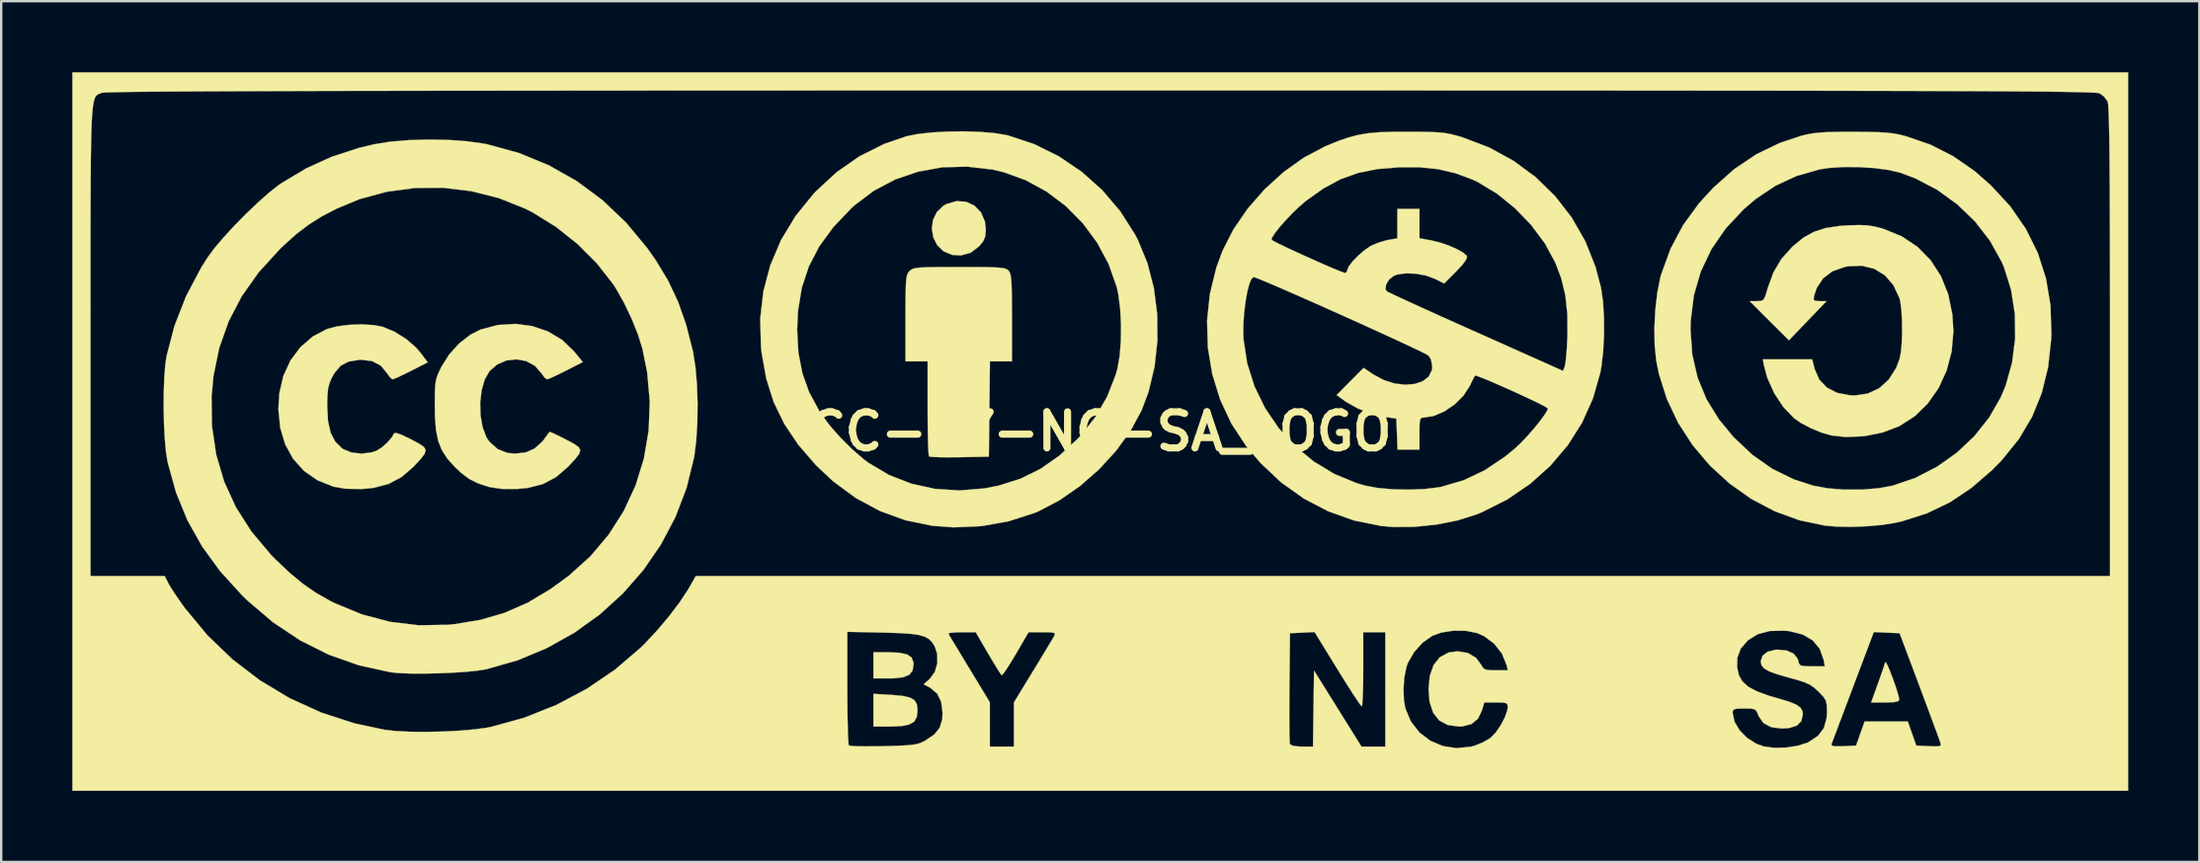
<source format=kicad_pcb>
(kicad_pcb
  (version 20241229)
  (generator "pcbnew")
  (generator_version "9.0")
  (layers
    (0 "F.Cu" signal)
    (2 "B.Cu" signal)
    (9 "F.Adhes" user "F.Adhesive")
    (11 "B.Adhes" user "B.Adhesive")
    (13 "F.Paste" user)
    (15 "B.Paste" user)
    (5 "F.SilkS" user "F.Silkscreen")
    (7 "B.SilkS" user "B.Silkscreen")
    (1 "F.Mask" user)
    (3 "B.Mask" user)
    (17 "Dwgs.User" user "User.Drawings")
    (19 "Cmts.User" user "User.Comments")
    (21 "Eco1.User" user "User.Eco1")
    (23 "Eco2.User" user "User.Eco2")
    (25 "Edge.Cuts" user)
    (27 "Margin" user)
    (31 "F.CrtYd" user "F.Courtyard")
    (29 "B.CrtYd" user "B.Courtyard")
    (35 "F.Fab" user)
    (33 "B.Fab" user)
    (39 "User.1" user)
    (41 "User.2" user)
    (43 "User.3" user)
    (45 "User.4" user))
  (footprint "CC-BY-NC-SA_LOGO"
    (layer "F.Cu")
    (at 43.354 15.16)
    (property "Reference" "CC-BY-NC-SA_LOGO" (at 0 0 0) (layer "F.SilkS") (effects (font (size 1.524 1.524) (thickness 0.3))))
    (attr through_hole board_only exclude_from_pos_files exclude_from_bom)
    (fp_poly (pts (xy -8.452 9.335) (xy -8.141 9.407) (xy -7.956 9.538) (xy -7.879 9.738) (xy -7.874 9.826) (xy -7.916 10.085) (xy -8.053 10.262) (xy -8.307 10.366) (xy -8.697 10.411) (xy -8.89 10.414) (xy -9.567 10.414) (xy -9.567 9.313) (xy -8.909 9.313) (xy -8.452 9.335)) (stroke (width 0.01) (type solid)) (fill yes) (layer "F.SilkS"))
    (fp_poly (pts (xy -8.802 11.111) (xy -8.342 11.153) (xy -8.026 11.225) (xy -7.831 11.341) (xy -7.732 11.516) (xy -7.706 11.761) (xy -7.738 12.04) (xy -7.845 12.235) (xy -8.05 12.359) (xy -8.375 12.425) (xy -8.843 12.446) (xy -8.884 12.446) (xy -9.567 12.446) (xy -9.567 11.068) (xy -8.802 11.111)) (stroke (width 0.01) (type solid)) (fill yes) (layer "F.SilkS"))
    (fp_poly (pts (xy 33.136 9.738) (xy 33.203 9.865) (xy 33.297 10.083) (xy 33.403 10.357) (xy 33.51 10.652) (xy 33.603 10.933) (xy 33.67 11.164) (xy 33.697 11.312) (xy 33.697 11.318) (xy 33.646 11.381) (xy 33.476 11.417) (xy 33.164 11.43) (xy 33.106 11.43) (xy 32.514 11.43) (xy 32.81 10.604) (xy 32.932 10.258) (xy 33.031 9.974) (xy 33.092 9.789) (xy 33.107 9.737) (xy 33.136 9.738)) (stroke (width 0.01) (type solid)) (fill yes) (layer "F.SilkS"))
    (fp_poly (pts (xy -5.654 -9.695) (xy -5.304 -9.53) (xy -5.032 -9.248) (xy -4.866 -8.866) (xy -4.826 -8.529) (xy -4.849 -8.241) (xy -4.941 -8.024) (xy -5.101 -7.826) (xy -5.459 -7.55) (xy -5.874 -7.432) (xy -6.248 -7.456) (xy -6.611 -7.608) (xy -6.877 -7.866) (xy -7.042 -8.196) (xy -7.102 -8.561) (xy -7.053 -8.929) (xy -6.891 -9.263) (xy -6.613 -9.529) (xy -6.484 -9.601) (xy -6.056 -9.724) (xy -5.654 -9.695)) (stroke (width 0.01) (type solid)) (fill yes) (layer "F.SilkS"))
    (fp_poly (pts (xy -5.314 -6.942) (xy -4.836 -6.938) (xy -4.483 -6.929) (xy -4.234 -6.914) (xy -4.067 -6.891) (xy -3.961 -6.858) (xy -3.892 -6.814) (xy -3.865 -6.788) (xy -3.819 -6.717) (xy -3.783 -6.607) (xy -3.758 -6.435) (xy -3.741 -6.179) (xy -3.731 -5.817) (xy -3.726 -5.327) (xy -3.725 -4.798) (xy -3.725 -2.963) (xy -4.654 -2.963) (xy -4.699 1.058) (xy -5.932 1.082) (xy -6.372 1.086) (xy -6.752 1.083) (xy -7.038 1.072) (xy -7.2 1.055) (xy -7.223 1.046) (xy -7.239 0.949) (xy -7.254 0.706) (xy -7.266 0.342) (xy -7.275 -0.117) (xy -7.28 -0.648) (xy -7.281 -0.988) (xy -7.281 -2.963) (xy -8.213 -2.963) (xy -8.213 -4.784) (xy -8.212 -5.387) (xy -8.208 -5.843) (xy -8.199 -6.177) (xy -8.183 -6.41) (xy -8.158 -6.567) (xy -8.122 -6.67) (xy -8.073 -6.742) (xy -8.043 -6.773) (xy -7.98 -6.828) (xy -7.898 -6.869) (xy -7.774 -6.899) (xy -7.588 -6.92) (xy -7.316 -6.933) (xy -6.936 -6.94) (xy -6.427 -6.942) (xy -5.94 -6.943) (xy -5.314 -6.942)) (stroke (width 0.01) (type solid)) (fill yes) (layer "F.SilkS"))
    (fp_poly (pts (xy -30.632 -4.492) (xy -30.268 -4.422) (xy -29.767 -4.214) (xy -29.271 -3.904) (xy -28.848 -3.535) (xy -28.685 -3.345) (xy -28.366 -2.922) (xy -29.063 -2.566) (xy -29.378 -2.409) (xy -29.639 -2.287) (xy -29.808 -2.216) (xy -29.845 -2.206) (xy -29.94 -2.27) (xy -30.059 -2.431) (xy -30.073 -2.454) (xy -30.345 -2.783) (xy -30.71 -2.975) (xy -31.174 -3.03) (xy -31.264 -3.026) (xy -31.706 -2.952) (xy -32.036 -2.778) (xy -32.295 -2.476) (xy -32.41 -2.271) (xy -32.505 -2.053) (xy -32.564 -1.827) (xy -32.594 -1.544) (xy -32.604 -1.153) (xy -32.604 -1.058) (xy -32.57 -0.439) (xy -32.461 0.046) (xy -32.27 0.418) (xy -31.989 0.698) (xy -31.928 0.741) (xy -31.58 0.885) (xy -31.157 0.932) (xy -30.728 0.879) (xy -30.537 0.816) (xy -30.303 0.672) (xy -30.059 0.456) (xy -29.864 0.222) (xy -29.785 0.075) (xy -29.695 0.059) (xy -29.47 0.136) (xy -29.115 0.305) (xy -29.059 0.334) (xy -28.729 0.51) (xy -28.526 0.648) (xy -28.449 0.78) (xy -28.494 0.938) (xy -28.66 1.154) (xy -28.943 1.46) (xy -28.971 1.49) (xy -29.468 1.92) (xy -30.024 2.213) (xy -30.666 2.379) (xy -31.151 2.424) (xy -31.828 2.413) (xy -32.341 2.325) (xy -33.016 2.055) (xy -33.584 1.659) (xy -34.041 1.15) (xy -34.377 0.539) (xy -34.586 -0.161) (xy -34.663 -0.939) (xy -34.622 -1.616) (xy -34.455 -2.342) (xy -34.155 -2.997) (xy -33.735 -3.56) (xy -33.212 -4.012) (xy -32.621 -4.324) (xy -32.204 -4.436) (xy -31.689 -4.503) (xy -31.143 -4.523) (xy -30.632 -4.492)) (stroke (width 0.01) (type solid)) (fill yes) (layer "F.SilkS"))
    (fp_poly (pts (xy -23.96 -4.452) (xy -23.293 -4.225) (xy -22.697 -3.868) (xy -22.198 -3.389) (xy -22.194 -3.385) (xy -21.824 -2.933) (xy -22.533 -2.571) (xy -22.851 -2.413) (xy -23.115 -2.289) (xy -23.288 -2.217) (xy -23.329 -2.206) (xy -23.426 -2.269) (xy -23.55 -2.43) (xy -23.57 -2.462) (xy -23.846 -2.777) (xy -24.207 -2.973) (xy -24.617 -3.049) (xy -25.038 -3.003) (xy -25.435 -2.833) (xy -25.756 -2.554) (xy -25.961 -2.2) (xy -26.093 -1.739) (xy -26.152 -1.219) (xy -26.138 -0.686) (xy -26.051 -0.185) (xy -25.892 0.236) (xy -25.763 0.429) (xy -25.412 0.742) (xy -25.002 0.902) (xy -24.682 0.931) (xy -24.235 0.881) (xy -23.859 0.716) (xy -23.524 0.418) (xy -23.23 0.014) (xy -23.152 0.037) (xy -22.959 0.124) (xy -22.686 0.259) (xy -22.529 0.34) (xy -22.204 0.513) (xy -22.004 0.65) (xy -21.929 0.782) (xy -21.976 0.94) (xy -22.142 1.156) (xy -22.426 1.463) (xy -22.452 1.49) (xy -22.949 1.92) (xy -23.504 2.213) (xy -24.146 2.379) (xy -24.632 2.424) (xy -25.25 2.418) (xy -25.75 2.344) (xy -25.804 2.329) (xy -26.26 2.178) (xy -26.624 1.993) (xy -26.965 1.735) (xy -27.223 1.49) (xy -27.539 1.138) (xy -27.768 0.785) (xy -27.924 0.393) (xy -28.017 -0.073) (xy -28.06 -0.648) (xy -28.066 -1.06) (xy -28.065 -1.515) (xy -28.055 -1.843) (xy -28.031 -2.085) (xy -27.984 -2.282) (xy -27.908 -2.477) (xy -27.797 -2.711) (xy -27.79 -2.726) (xy -27.46 -3.253) (xy -27.035 -3.722) (xy -26.553 -4.095) (xy -26.139 -4.303) (xy -25.409 -4.497) (xy -24.674 -4.545) (xy -23.96 -4.452)) (stroke (width 0.01) (type solid)) (fill yes) (layer "F.SilkS"))
    (fp_poly (pts (xy 32.352 -8.7) (xy 32.657 -8.653) (xy 32.985 -8.568) (xy 33.031 -8.554) (xy 33.802 -8.237) (xy 34.468 -7.793) (xy 35.021 -7.231) (xy 35.455 -6.561) (xy 35.763 -5.792) (xy 35.939 -4.935) (xy 35.981 -4.233) (xy 35.908 -3.382) (xy 35.696 -2.576) (xy 35.358 -1.838) (xy 34.905 -1.187) (xy 34.348 -0.644) (xy 33.7 -0.23) (xy 33.679 -0.22) (xy 32.981 0.043) (xy 32.215 0.196) (xy 31.443 0.231) (xy 30.834 0.163) (xy 30.419 0.045) (xy 29.965 -0.143) (xy 29.545 -0.366) (xy 29.266 -0.56) (xy 28.811 -1.034) (xy 28.424 -1.621) (xy 28.134 -2.267) (xy 27.997 -2.773) (xy 27.944 -3.048) (xy 30.025 -3.048) (xy 30.13 -2.636) (xy 30.324 -2.193) (xy 30.643 -1.857) (xy 31.08 -1.633) (xy 31.622 -1.53) (xy 31.814 -1.524) (xy 32.368 -1.602) (xy 32.854 -1.83) (xy 33.259 -2.197) (xy 33.571 -2.694) (xy 33.716 -3.077) (xy 33.771 -3.364) (xy 33.805 -3.764) (xy 33.819 -4.227) (xy 33.813 -4.701) (xy 33.788 -5.138) (xy 33.743 -5.486) (xy 33.708 -5.63) (xy 33.449 -6.18) (xy 33.09 -6.595) (xy 32.643 -6.87) (xy 32.118 -6.998) (xy 31.527 -6.973) (xy 31.405 -6.949) (xy 30.884 -6.767) (xy 30.489 -6.47) (xy 30.217 -6.058) (xy 30.109 -5.736) (xy 30.086 -5.579) (xy 30.147 -5.515) (xy 30.335 -5.503) (xy 30.342 -5.503) (xy 30.63 -5.503) (xy 29.838 -4.678) (xy 29.046 -3.852) (xy 28.218 -4.678) (xy 27.391 -5.503) (xy 27.694 -5.503) (xy 27.859 -5.51) (xy 27.962 -5.557) (xy 28.036 -5.679) (xy 28.111 -5.914) (xy 28.144 -6.032) (xy 28.39 -6.713) (xy 28.73 -7.287) (xy 29.194 -7.803) (xy 29.224 -7.831) (xy 29.654 -8.181) (xy 30.096 -8.428) (xy 30.591 -8.588) (xy 31.184 -8.677) (xy 31.556 -8.701) (xy 32.006 -8.714) (xy 32.352 -8.7)) (stroke (width 0.01) (type solid)) (fill yes) (layer "F.SilkS"))
    (fp_poly (pts (xy -5.072 -12.645) (xy -4.462 -12.594) (xy -3.964 -12.513) (xy -3.895 -12.496) (xy -2.786 -12.129) (xy -1.742 -11.612) (xy -0.778 -10.958) (xy 0.09 -10.181) (xy 0.846 -9.291) (xy 1.474 -8.303) (xy 1.587 -8.086) (xy 1.988 -7.11) (xy 2.26 -6.056) (xy 2.401 -4.955) (xy 2.411 -3.837) (xy 2.289 -2.733) (xy 2.035 -1.674) (xy 1.743 -0.896) (xy 1.278 -0.032) (xy 0.671 0.806) (xy -0.049 1.592) (xy -0.854 2.298) (xy -1.717 2.898) (xy -2.608 3.365) (xy -2.769 3.432) (xy -3.866 3.786) (xy -5.017 3.991) (xy -6.189 4.042) (xy -7.091 3.974) (xy -8.215 3.743) (xy -9.289 3.353) (xy -10.307 2.806) (xy -11.26 2.106) (xy -11.984 1.426) (xy -12.734 0.559) (xy -13.326 -0.324) (xy -13.774 -1.247) (xy -14.088 -2.237) (xy -14.281 -3.32) (xy -14.309 -3.578) (xy -14.328 -4.294) (xy -12.785 -4.294) (xy -12.732 -3.334) (xy -12.567 -2.47) (xy -12.279 -1.664) (xy -11.854 -0.877) (xy -11.73 -0.684) (xy -11.386 -0.227) (xy -10.947 0.266) (xy -10.466 0.745) (xy -9.991 1.157) (xy -9.781 1.315) (xy -8.913 1.83) (xy -7.971 2.199) (xy -6.973 2.418) (xy -5.937 2.486) (xy -4.88 2.398) (xy -4.279 2.279) (xy -3.367 1.99) (xy -2.527 1.578) (xy -1.736 1.026) (xy -0.97 0.322) (xy -0.816 0.16) (xy -0.209 -0.607) (xy 0.287 -1.466) (xy 0.646 -2.374) (xy 0.728 -2.667) (xy 0.82 -3.196) (xy 0.869 -3.83) (xy 0.876 -4.512) (xy 0.84 -5.185) (xy 0.762 -5.79) (xy 0.693 -6.108) (xy 0.351 -7.074) (xy -0.132 -7.974) (xy -0.739 -8.793) (xy -1.455 -9.516) (xy -2.263 -10.126) (xy -3.146 -10.609) (xy -4.089 -10.949) (xy -4.54 -11.054) (xy -5.615 -11.18) (xy -6.67 -11.15) (xy -7.688 -10.966) (xy -8.655 -10.635) (xy -9.553 -10.16) (xy -10.368 -9.545) (xy -10.493 -9.43) (xy -11.251 -8.635) (xy -11.847 -7.822) (xy -12.29 -6.972) (xy -12.588 -6.067) (xy -12.749 -5.09) (xy -12.785 -4.294) (xy -14.328 -4.294) (xy -14.341 -4.762) (xy -14.208 -5.915) (xy -13.913 -7.026) (xy -13.459 -8.09) (xy -12.849 -9.096) (xy -12.087 -10.037) (xy -12.002 -10.128) (xy -11.114 -10.948) (xy -10.149 -11.619) (xy -9.112 -12.138) (xy -8.17 -12.461) (xy -7.699 -12.555) (xy -7.107 -12.621) (xy -6.441 -12.658) (xy -5.748 -12.667) (xy -5.072 -12.645)) (stroke (width 0.01) (type solid)) (fill yes) (layer "F.SilkS"))
    (fp_poly (pts (xy 31.75 -12.647) (xy 32.343 -12.644) (xy 32.801 -12.633) (xy 33.159 -12.612) (xy 33.453 -12.578) (xy 33.716 -12.529) (xy 33.968 -12.465) (xy 35.009 -12.107) (xy 35.968 -11.622) (xy 36.871 -10.995) (xy 37.563 -10.389) (xy 38.379 -9.503) (xy 39.037 -8.554) (xy 39.539 -7.542) (xy 39.886 -6.464) (xy 40.077 -5.319) (xy 40.114 -4.103) (xy 40.105 -3.902) (xy 39.976 -2.719) (xy 39.709 -1.63) (xy 39.3 -0.624) (xy 38.743 0.315) (xy 38.032 1.197) (xy 37.622 1.615) (xy 36.74 2.378) (xy 35.831 2.985) (xy 34.872 3.447) (xy 33.84 3.778) (xy 33.517 3.853) (xy 32.979 3.939) (xy 32.342 3.995) (xy 31.676 4.02) (xy 31.047 4.01) (xy 30.572 3.969) (xy 29.481 3.74) (xy 28.435 3.357) (xy 27.448 2.836) (xy 26.535 2.189) (xy 25.709 1.431) (xy 24.985 0.575) (xy 24.375 -0.365) (xy 23.896 -1.376) (xy 23.559 -2.444) (xy 23.448 -2.998) (xy 23.384 -3.636) (xy 23.373 -4.3) (xy 24.893 -4.3) (xy 24.968 -3.253) (xy 25.191 -2.279) (xy 25.567 -1.366) (xy 26.102 -0.501) (xy 26.704 0.228) (xy 27.495 0.976) (xy 28.336 1.568) (xy 29.244 2.014) (xy 30.058 2.28) (xy 30.67 2.394) (xy 31.378 2.45) (xy 32.117 2.45) (xy 32.825 2.392) (xy 33.409 2.284) (xy 34.376 1.955) (xy 35.288 1.486) (xy 36.123 0.895) (xy 36.863 0.197) (xy 37.49 -0.591) (xy 37.982 -1.45) (xy 38.186 -1.937) (xy 38.459 -2.915) (xy 38.587 -3.936) (xy 38.573 -4.967) (xy 38.416 -5.975) (xy 38.118 -6.929) (xy 38.018 -7.163) (xy 37.525 -8.05) (xy 36.893 -8.865) (xy 36.144 -9.588) (xy 35.298 -10.201) (xy 34.378 -10.684) (xy 33.74 -10.923) (xy 33.251 -11.038) (xy 32.651 -11.118) (xy 31.995 -11.16) (xy 31.339 -11.163) (xy 30.738 -11.124) (xy 30.338 -11.063) (xy 29.364 -10.784) (xy 28.476 -10.372) (xy 27.645 -9.815) (xy 27.138 -9.381) (xy 26.378 -8.57) (xy 25.774 -7.692) (xy 25.326 -6.75) (xy 25.035 -5.746) (xy 24.902 -4.682) (xy 24.893 -4.3) (xy 23.373 -4.3) (xy 23.372 -4.363) (xy 23.409 -5.12) (xy 23.493 -5.848) (xy 23.618 -6.486) (xy 23.661 -6.64) (xy 24.054 -7.716) (xy 24.578 -8.703) (xy 25.246 -9.623) (xy 25.859 -10.294) (xy 26.74 -11.075) (xy 27.668 -11.7) (xy 28.662 -12.179) (xy 29.506 -12.462) (xy 29.776 -12.531) (xy 30.034 -12.58) (xy 30.316 -12.614) (xy 30.656 -12.635) (xy 31.091 -12.645) (xy 31.654 -12.647) (xy 31.75 -12.647)) (stroke (width 0.01) (type solid)) (fill yes) (layer "F.SilkS"))
    (fp_poly (pts (xy -27.486 -12.305) (xy -26.683 -12.247) (xy -25.979 -12.147) (xy -25.846 -12.12) (xy -24.509 -11.751) (xy -23.252 -11.233) (xy -22.078 -10.569) (xy -20.991 -9.762) (xy -19.996 -8.814) (xy -19.096 -7.728) (xy -18.746 -7.229) (xy -18.225 -6.364) (xy -17.802 -5.466) (xy -17.461 -4.492) (xy -17.184 -3.401) (xy -17.172 -3.344) (xy -17.074 -2.723) (xy -17.011 -1.989) (xy -16.984 -1.193) (xy -16.993 -0.389) (xy -17.039 0.371) (xy -17.122 1.036) (xy -17.133 1.097) (xy -17.45 2.384) (xy -17.92 3.611) (xy -18.531 4.769) (xy -19.272 5.846) (xy -20.135 6.832) (xy -21.108 7.716) (xy -22.181 8.488) (xy -23.343 9.138) (xy -24.585 9.655) (xy -25.896 10.028) (xy -25.908 10.031) (xy -26.271 10.089) (xy -26.761 10.138) (xy -27.334 10.176) (xy -27.947 10.201) (xy -28.559 10.212) (xy -29.127 10.209) (xy -29.607 10.189) (xy -29.928 10.156) (xy -31.266 9.863) (xy -32.54 9.414) (xy -33.748 8.809) (xy -34.891 8.047) (xy -35.968 7.13) (xy -36.199 6.904) (xy -37.12 5.89) (xy -37.883 4.843) (xy -38.498 3.746) (xy -38.976 2.579) (xy -39.325 1.325) (xy -39.337 1.27) (xy -39.405 0.845) (xy -39.455 0.294) (xy -39.487 -0.339) (xy -39.501 -1.012) (xy -39.498 -1.477) (xy -37.482 -1.477) (xy -37.464 -0.224) (xy -37.286 0.973) (xy -36.949 2.115) (xy -36.452 3.199) (xy -35.797 4.224) (xy -34.984 5.19) (xy -34.781 5.398) (xy -34.183 5.964) (xy -33.634 6.42) (xy -33.088 6.799) (xy -32.503 7.132) (xy -32.3 7.235) (xy -31.142 7.715) (xy -29.955 8.028) (xy -28.74 8.174) (xy -27.5 8.153) (xy -27.22 8.125) (xy -26.132 7.944) (xy -25.12 7.647) (xy -24.153 7.223) (xy -23.2 6.657) (xy -22.412 6.082) (xy -21.504 5.262) (xy -20.73 4.347) (xy -20.093 3.346) (xy -19.598 2.273) (xy -19.247 1.139) (xy -19.047 -0.043) (xy -18.999 -1.261) (xy -19.109 -2.504) (xy -19.31 -3.5) (xy -19.498 -4.101) (xy -19.766 -4.767) (xy -20.083 -5.431) (xy -20.421 -6.03) (xy -20.553 -6.233) (xy -21.237 -7.106) (xy -22.052 -7.919) (xy -22.961 -8.641) (xy -23.929 -9.241) (xy -24.257 -9.408) (xy -25.368 -9.852) (xy -26.529 -10.145) (xy -27.719 -10.287) (xy -28.915 -10.278) (xy -30.097 -10.118) (xy -31.243 -9.807) (xy -32.216 -9.402) (xy -32.841 -9.074) (xy -33.38 -8.735) (xy -33.889 -8.348) (xy -34.42 -7.873) (xy -34.619 -7.681) (xy -35.493 -6.723) (xy -36.206 -5.715) (xy -36.761 -4.65) (xy -37.159 -3.526) (xy -37.403 -2.337) (xy -37.482 -1.477) (xy -39.498 -1.477) (xy -39.496 -1.681) (xy -39.473 -2.304) (xy -39.43 -2.836) (xy -39.381 -3.175) (xy -39.046 -4.457) (xy -38.554 -5.716) (xy -37.915 -6.924) (xy -37.635 -7.366) (xy -37.35 -7.75) (xy -36.965 -8.203) (xy -36.512 -8.695) (xy -36.022 -9.192) (xy -35.529 -9.662) (xy -35.065 -10.074) (xy -34.66 -10.394) (xy -34.544 -10.475) (xy -33.498 -11.101) (xy -32.428 -11.59) (xy -31.287 -11.963) (xy -30.627 -12.122) (xy -29.957 -12.23) (xy -29.175 -12.297) (xy -28.334 -12.321) (xy -27.486 -12.305)) (stroke (width 0.01) (type solid)) (fill yes) (layer "F.SilkS"))
    (fp_poly (pts (xy 13.521 -12.648) (xy 13.953 -12.639) (xy 14.287 -12.622) (xy 14.558 -12.593) (xy 14.802 -12.547) (xy 15.052 -12.482) (xy 15.272 -12.416) (xy 16.397 -11.988) (xy 17.43 -11.425) (xy 18.362 -10.737) (xy 19.184 -9.934) (xy 19.885 -9.028) (xy 20.457 -8.029) (xy 20.888 -6.947) (xy 21.118 -6.073) (xy 21.202 -5.494) (xy 21.244 -4.809) (xy 21.247 -4.077) (xy 21.208 -3.357) (xy 21.13 -2.707) (xy 21.092 -2.496) (xy 20.782 -1.405) (xy 20.321 -0.377) (xy 19.719 0.575) (xy 18.985 1.44) (xy 18.131 2.207) (xy 17.165 2.865) (xy 16.097 3.402) (xy 15.875 3.493) (xy 15.076 3.747) (xy 14.182 3.925) (xy 13.254 4.02) (xy 12.352 4.026) (xy 11.845 3.982) (xy 10.706 3.753) (xy 9.616 3.366) (xy 8.586 2.827) (xy 7.627 2.143) (xy 6.752 1.32) (xy 6.159 0.62) (xy 5.536 -0.327) (xy 5.057 -1.348) (xy 4.724 -2.426) (xy 4.539 -3.541) (xy 4.521 -4.139) (xy 6.031 -4.139) (xy 6.042 -3.895) (xy 6.196 -2.88) (xy 6.505 -1.906) (xy 6.953 -0.988) (xy 7.527 -0.143) (xy 8.214 0.612) (xy 9.001 1.261) (xy 9.873 1.789) (xy 10.817 2.178) (xy 11.176 2.282) (xy 11.701 2.379) (xy 12.33 2.436) (xy 13.005 2.451) (xy 13.665 2.425) (xy 14.25 2.356) (xy 14.387 2.33) (xy 15.324 2.055) (xy 16.218 1.63) (xy 17.085 1.048) (xy 17.501 0.705) (xy 17.75 0.468) (xy 18.024 0.178) (xy 18.297 -0.135) (xy 18.543 -0.439) (xy 18.737 -0.704) (xy 18.855 -0.899) (xy 18.878 -0.974) (xy 18.805 -1.028) (xy 18.605 -1.136) (xy 18.307 -1.283) (xy 17.939 -1.458) (xy 17.53 -1.646) (xy 17.108 -1.836) (xy 16.702 -2.015) (xy 16.34 -2.17) (xy 16.05 -2.287) (xy 15.862 -2.354) (xy 15.803 -2.363) (xy 15.754 -2.273) (xy 15.658 -2.08) (xy 15.585 -1.927) (xy 15.319 -1.516) (xy 14.948 -1.148) (xy 14.515 -0.852) (xy 14.062 -0.657) (xy 13.659 -0.593) (xy 13.561 -0.584) (xy 13.503 -0.533) (xy 13.473 -0.407) (xy 13.463 -0.171) (xy 13.462 0.085) (xy 13.462 0.762) (xy 12.538 0.762) (xy 12.488 -0.548) (xy 12.052 -0.611) (xy 11.457 -0.747) (xy 10.871 -0.97) (xy 10.369 -1.252) (xy 10.328 -1.281) (xy 9.969 -1.541) (xy 10.538 -2.114) (xy 11.107 -2.687) (xy 11.522 -2.408) (xy 11.961 -2.171) (xy 12.414 -2.028) (xy 12.856 -1.975) (xy 13.26 -2.008) (xy 13.601 -2.124) (xy 13.852 -2.32) (xy 13.988 -2.591) (xy 14.004 -2.743) (xy 13.946 -3.05) (xy 13.839 -3.209) (xy 13.735 -3.27) (xy 13.496 -3.39) (xy 13.14 -3.56) (xy 12.687 -3.772) (xy 12.155 -4.018) (xy 11.563 -4.289) (xy 10.93 -4.576) (xy 10.274 -4.872) (xy 9.615 -5.167) (xy 8.972 -5.454) (xy 8.363 -5.723) (xy 7.806 -5.967) (xy 7.322 -6.176) (xy 6.929 -6.343) (xy 6.645 -6.459) (xy 6.49 -6.515) (xy 6.469 -6.52) (xy 6.376 -6.44) (xy 6.285 -6.222) (xy 6.2 -5.896) (xy 6.128 -5.494) (xy 6.072 -5.047) (xy 6.038 -4.585) (xy 6.031 -4.139) (xy 4.521 -4.139) (xy 4.505 -4.675) (xy 4.624 -5.81) (xy 4.898 -6.928) (xy 5.152 -7.617) (xy 5.396 -8.097) (xy 7.221 -8.097) (xy 7.302 -8.043) (xy 7.509 -7.936) (xy 7.814 -7.788) (xy 8.189 -7.613) (xy 8.605 -7.422) (xy 9.033 -7.23) (xy 9.443 -7.048) (xy 9.809 -6.891) (xy 10.1 -6.771) (xy 10.288 -6.701) (xy 10.339 -6.689) (xy 10.407 -6.757) (xy 10.414 -6.804) (xy 10.477 -6.962) (xy 10.643 -7.18) (xy 10.874 -7.42) (xy 11.134 -7.645) (xy 11.385 -7.819) (xy 11.466 -7.862) (xy 11.776 -7.985) (xy 12.097 -8.077) (xy 12.187 -8.095) (xy 12.531 -8.15) (xy 12.531 -9.398) (xy 13.462 -9.398) (xy 13.462 -8.158) (xy 13.986 -8.06) (xy 14.344 -7.972) (xy 14.712 -7.844) (xy 15.047 -7.697) (xy 15.309 -7.548) (xy 15.457 -7.416) (xy 15.47 -7.391) (xy 15.435 -7.261) (xy 15.276 -7.042) (xy 15.01 -6.757) (xy 14.503 -6.249) (xy 14.13 -6.439) (xy 13.752 -6.58) (xy 13.319 -6.661) (xy 12.89 -6.678) (xy 12.524 -6.626) (xy 12.378 -6.57) (xy 12.184 -6.416) (xy 12.059 -6.216) (xy 12.028 -6.024) (xy 12.075 -5.925) (xy 12.166 -5.876) (xy 12.396 -5.765) (xy 12.747 -5.601) (xy 13.203 -5.391) (xy 13.749 -5.143) (xy 14.367 -4.863) (xy 15.041 -4.56) (xy 15.409 -4.396) (xy 16.122 -4.077) (xy 16.802 -3.774) (xy 17.429 -3.494) (xy 17.985 -3.245) (xy 18.451 -3.037) (xy 18.808 -2.877) (xy 19.037 -2.775) (xy 19.092 -2.75) (xy 19.516 -2.56) (xy 19.59 -2.74) (xy 19.621 -2.89) (xy 19.652 -3.171) (xy 19.68 -3.546) (xy 19.702 -3.977) (xy 19.705 -4.064) (xy 19.701 -4.96) (xy 19.615 -5.749) (xy 19.439 -6.477) (xy 19.189 -7.135) (xy 18.749 -7.945) (xy 18.171 -8.72) (xy 17.486 -9.429) (xy 16.727 -10.042) (xy 15.924 -10.526) (xy 15.686 -10.638) (xy 14.976 -10.903) (xy 14.247 -11.072) (xy 13.453 -11.152) (xy 12.615 -11.153) (xy 11.688 -11.077) (xy 10.872 -10.913) (xy 10.125 -10.644) (xy 9.406 -10.255) (xy 8.674 -9.733) (xy 8.645 -9.71) (xy 8.377 -9.478) (xy 8.09 -9.2) (xy 7.808 -8.903) (xy 7.556 -8.615) (xy 7.359 -8.364) (xy 7.241 -8.178) (xy 7.221 -8.097) (xy 5.396 -8.097) (xy 5.618 -8.532) (xy 6.221 -9.41) (xy 6.935 -10.226) (xy 7.736 -10.953) (xy 8.595 -11.565) (xy 9.489 -12.036) (xy 9.552 -12.063) (xy 10.051 -12.265) (xy 10.487 -12.415) (xy 10.901 -12.522) (xy 11.333 -12.592) (xy 11.822 -12.632) (xy 12.409 -12.649) (xy 12.954 -12.651) (xy 13.521 -12.648)) (stroke (width 0.01) (type solid)) (fill yes) (layer "F.SilkS"))
    (fp_poly (pts (xy 43.349 15.155) (xy -43.349 15.155) (xy -43.349 -6.712) (xy -42.587 -6.712) (xy -42.587 -5.339) (xy -42.587 -3.814) (xy -42.587 6.096) (xy -39.458 6.096) (xy -39.294 6.419) (xy -39.172 6.626) (xy -38.979 6.921) (xy -38.745 7.257) (xy -38.601 7.456) (xy -37.655 8.597) (xy -36.597 9.613) (xy -35.439 10.499) (xy -34.19 11.248) (xy -32.86 11.854) (xy -31.459 12.311) (xy -30.184 12.583) (xy -29.706 12.637) (xy -29.106 12.666) (xy -28.429 12.672) (xy -27.721 12.657) (xy -27.027 12.622) (xy -26.393 12.567) (xy -25.863 12.495) (xy -25.696 12.463) (xy -24.294 12.075) (xy -22.943 11.537) (xy -21.663 10.859) (xy -21.599 10.815) (xy -10.668 10.815) (xy -10.666 11.432) (xy -10.66 11.994) (xy -10.65 12.478) (xy -10.638 12.862) (xy -10.623 13.124) (xy -10.607 13.242) (xy -10.604 13.245) (xy -10.503 13.265) (xy -10.261 13.278) (xy -9.909 13.284) (xy -9.477 13.282) (xy -9.141 13.276) (xy -8.614 13.261) (xy -8.226 13.243) (xy -7.945 13.22) (xy -7.739 13.185) (xy -7.578 13.136) (xy -7.431 13.067) (xy -7.37 13.034) (xy -6.999 12.78) (xy -6.772 12.499) (xy -6.666 12.151) (xy -6.65 11.868) (xy -6.709 11.401) (xy -6.882 11.052) (xy -7.176 10.807) (xy -7.209 10.789) (xy -7.449 10.664) (xy -7.185 10.428) (xy -6.974 10.136) (xy -6.869 9.763) (xy -6.879 9.369) (xy -6.977 9.075) (xy -7.088 8.892) (xy -7.224 8.753) (xy -7.409 8.651) (xy -7.666 8.579) (xy -8.019 8.531) (xy -8.095 8.527) (xy -6.408 8.527) (xy -6.407 8.53) (xy -6.354 8.619) (xy -6.227 8.83) (xy -6.04 9.139) (xy -5.808 9.523) (xy -5.544 9.959) (xy -5.513 10.009) (xy -4.657 11.425) (xy -4.657 13.293) (xy -3.641 13.293) (xy -3.641 11.958) (xy 7.973 11.958) (xy 7.975 12.438) (xy 7.979 12.818) (xy 7.987 13.075) (xy 7.997 13.185) (xy 7.997 13.186) (xy 8.11 13.255) (xy 8.371 13.29) (xy 8.505 13.293) (xy 8.971 13.293) (xy 9.017 10.088) (xy 10.017 11.69) (xy 11.017 13.293) (xy 12.023 13.293) (xy 12.023 10.872) (xy 12.789 10.872) (xy 12.809 11.355) (xy 12.869 11.687) (xy 13.104 12.24) (xy 13.463 12.698) (xy 13.919 13.045) (xy 14.449 13.27) (xy 15.027 13.359) (xy 15.629 13.298) (xy 15.781 13.257) (xy 16.091 13.135) (xy 16.386 12.974) (xy 16.463 12.921) (xy 16.673 12.706) (xy 16.881 12.404) (xy 17.057 12.074) (xy 17.131 11.869) (xy 26.67 11.869) (xy 26.748 12.238) (xy 26.962 12.601) (xy 27.278 12.924) (xy 27.667 13.171) (xy 27.982 13.286) (xy 28.422 13.345) (xy 28.922 13.334) (xy 29.413 13.259) (xy 29.627 13.191) (xy 30.839 13.191) (xy 30.855 13.251) (xy 30.979 13.279) (xy 31.238 13.28) (xy 31.337 13.276) (xy 31.877 13.25) (xy 32.237 12.234) (xy 34.057 12.234) (xy 34.237 12.742) (xy 34.417 13.25) (xy 34.953 13.276) (xy 35.243 13.286) (xy 35.397 13.275) (xy 35.451 13.231) (xy 35.439 13.142) (xy 35.43 13.113) (xy 35.385 12.987) (xy 35.289 12.724) (xy 35.15 12.348) (xy 34.977 11.881) (xy 34.777 11.345) (xy 34.559 10.762) (xy 34.542 10.717) (xy 33.714 8.509) (xy 33.169 8.484) (xy 32.624 8.46) (xy 31.752 10.77) (xy 31.528 11.364) (xy 31.323 11.908) (xy 31.143 12.383) (xy 30.999 12.767) (xy 30.896 13.039) (xy 30.843 13.18) (xy 30.839 13.191) (xy 29.627 13.191) (xy 29.824 13.129) (xy 29.881 13.101) (xy 30.274 12.835) (xy 30.52 12.507) (xy 30.635 12.087) (xy 30.649 11.83) (xy 30.641 11.537) (xy 30.598 11.343) (xy 30.488 11.175) (xy 30.29 10.969) (xy 30.106 10.803) (xy 29.924 10.679) (xy 29.698 10.576) (xy 29.386 10.476) (xy 29.041 10.381) (xy 28.557 10.243) (xy 28.218 10.119) (xy 28.003 9.995) (xy 27.889 9.859) (xy 27.855 9.699) (xy 27.855 9.694) (xy 27.932 9.458) (xy 28.147 9.29) (xy 28.477 9.207) (xy 28.555 9.202) (xy 28.951 9.238) (xy 29.246 9.372) (xy 29.415 9.591) (xy 29.438 9.669) (xy 29.473 9.798) (xy 29.541 9.869) (xy 29.684 9.899) (xy 29.945 9.906) (xy 30.023 9.906) (xy 30.56 9.906) (xy 30.509 9.631) (xy 30.346 9.17) (xy 30.052 8.814) (xy 29.629 8.564) (xy 29.082 8.424) (xy 28.871 8.402) (xy 28.248 8.414) (xy 27.734 8.547) (xy 27.32 8.804) (xy 27.314 8.809) (xy 27.012 9.157) (xy 26.867 9.546) (xy 26.861 9.956) (xy 26.933 10.278) (xy 27.081 10.542) (xy 27.326 10.764) (xy 27.688 10.959) (xy 28.185 11.141) (xy 28.59 11.259) (xy 29.039 11.393) (xy 29.345 11.517) (xy 29.529 11.645) (xy 29.616 11.791) (xy 29.632 11.919) (xy 29.569 12.212) (xy 29.378 12.407) (xy 29.053 12.51) (xy 28.746 12.531) (xy 28.297 12.473) (xy 27.972 12.299) (xy 27.771 12.011) (xy 27.759 11.981) (xy 27.691 11.814) (xy 27.608 11.726) (xy 27.461 11.69) (xy 27.199 11.684) (xy 27.161 11.684) (xy 26.884 11.69) (xy 26.737 11.717) (xy 26.679 11.782) (xy 26.67 11.869) (xy 17.131 11.869) (xy 17.166 11.771) (xy 17.187 11.625) (xy 17.174 11.516) (xy 17.106 11.457) (xy 16.945 11.434) (xy 16.693 11.43) (xy 16.198 11.43) (xy 16.098 11.764) (xy 15.926 12.119) (xy 15.658 12.341) (xy 15.279 12.439) (xy 15.123 12.446) (xy 14.654 12.381) (xy 14.293 12.186) (xy 14.038 11.861) (xy 13.889 11.404) (xy 13.845 10.88) (xy 13.899 10.307) (xy 14.059 9.852) (xy 14.32 9.524) (xy 14.677 9.328) (xy 15.071 9.271) (xy 15.505 9.342) (xy 15.849 9.549) (xy 16.07 9.85) (xy 16.148 9.977) (xy 16.255 10.044) (xy 16.44 10.071) (xy 16.686 10.075) (xy 17.191 10.075) (xy 17.135 9.842) (xy 16.938 9.364) (xy 16.61 8.947) (xy 16.184 8.629) (xy 15.89 8.5) (xy 15.419 8.407) (xy 14.893 8.402) (xy 14.383 8.482) (xy 14 8.62) (xy 13.592 8.909) (xy 13.233 9.309) (xy 12.973 9.762) (xy 12.91 9.939) (xy 12.823 10.374) (xy 12.789 10.872) (xy 12.023 10.872) (xy 12.023 8.467) (xy 11.091 8.467) (xy 11.091 10.033) (xy 11.088 10.527) (xy 11.079 10.956) (xy 11.065 11.295) (xy 11.048 11.516) (xy 11.028 11.595) (xy 10.967 11.525) (xy 10.832 11.331) (xy 10.636 11.034) (xy 10.394 10.655) (xy 10.119 10.215) (xy 10.002 10.025) (xy 9.039 8.459) (xy 8.001 8.509) (xy 7.978 10.794) (xy 7.974 11.403) (xy 7.973 11.958) (xy -3.641 11.958) (xy -3.641 11.43) (xy -2.831 10.102) (xy -2.567 9.669) (xy -2.33 9.277) (xy -2.136 8.954) (xy -1.999 8.725) (xy -1.939 8.62) (xy -1.91 8.54) (xy -1.951 8.494) (xy -2.093 8.472) (xy -2.367 8.467) (xy -2.44 8.467) (xy -3.024 8.467) (xy -3.563 9.391) (xy -3.771 9.737) (xy -3.95 10.018) (xy -4.084 10.209) (xy -4.155 10.282) (xy -4.158 10.281) (xy -4.22 10.199) (xy -4.348 9.999) (xy -4.523 9.712) (xy -4.727 9.367) (xy -4.733 9.357) (xy -5.252 8.467) (xy -5.848 8.467) (xy -6.135 8.475) (xy -6.335 8.496) (xy -6.408 8.527) (xy -8.095 8.527) (xy -8.492 8.502) (xy -9.108 8.483) (xy -9.165 8.482) (xy -10.668 8.45) (xy -10.668 10.815) (xy -21.599 10.815) (xy -20.472 10.051) (xy -19.389 9.124) (xy -19.189 8.926) (xy -18.678 8.379) (xy -18.183 7.79) (xy -17.74 7.204) (xy -17.384 6.667) (xy -17.301 6.524) (xy -17.06 6.096) (xy 42.587 6.096) (xy 42.587 -3.806) (xy 42.587 -5.406) (xy 42.586 -6.843) (xy 42.583 -8.125) (xy 42.58 -9.259) (xy 42.576 -10.25) (xy 42.57 -11.107) (xy 42.563 -11.836) (xy 42.555 -12.444) (xy 42.545 -12.938) (xy 42.535 -13.325) (xy 42.522 -13.611) (xy 42.508 -13.805) (xy 42.492 -13.911) (xy 42.486 -13.93) (xy 42.335 -14.134) (xy 42.152 -14.273) (xy 42.117 -14.282) (xy 42.046 -14.291) (xy 41.936 -14.299) (xy 41.781 -14.307) (xy 41.578 -14.314) (xy 41.323 -14.321) (xy 41.01 -14.328) (xy 40.637 -14.334) (xy 40.198 -14.34) (xy 39.691 -14.346) (xy 39.109 -14.351) (xy 38.45 -14.355) (xy 37.709 -14.36) (xy 36.881 -14.364) (xy 35.963 -14.367) (xy 34.951 -14.371) (xy 33.839 -14.374) (xy 32.625 -14.377) (xy 31.303 -14.379) (xy 29.87 -14.382) (xy 28.321 -14.384) (xy 26.652 -14.385) (xy 24.86 -14.387) (xy 22.939 -14.388) (xy 20.885 -14.39) (xy 18.695 -14.391) (xy 16.363 -14.391) (xy 13.887 -14.392) (xy 11.261 -14.393) (xy 8.482 -14.393) (xy 5.545 -14.393) (xy 2.446 -14.393) (xy 0.008 -14.393) (xy -3.328 -14.393) (xy -6.499 -14.393) (xy -9.508 -14.393) (xy -12.357 -14.392) (xy -15.051 -14.391) (xy -17.593 -14.39) (xy -19.987 -14.389) (xy -22.236 -14.387) (xy -24.343 -14.385) (xy -26.312 -14.383) (xy -28.146 -14.381) (xy -29.85 -14.378) (xy -31.426 -14.376) (xy -32.877 -14.373) (xy -34.208 -14.369) (xy -35.422 -14.365) (xy -36.522 -14.361) (xy -37.512 -14.357) (xy -38.395 -14.353) (xy -39.175 -14.348) (xy -39.855 -14.342) (xy -40.439 -14.337) (xy -40.93 -14.331) (xy -41.332 -14.324) (xy -41.647 -14.318) (xy -41.881 -14.31) (xy -42.035 -14.303) (xy -42.114 -14.295) (xy -42.124 -14.292) (xy -42.193 -14.263) (xy -42.255 -14.236) (xy -42.31 -14.202) (xy -42.359 -14.151) (xy -42.402 -14.076) (xy -42.438 -13.967) (xy -42.47 -13.814) (xy -42.497 -13.609) (xy -42.52 -13.344) (xy -42.538 -13.008) (xy -42.553 -12.593) (xy -42.564 -12.089) (xy -42.573 -11.489) (xy -42.579 -10.782) (xy -42.583 -9.96) (xy -42.586 -9.014) (xy -42.587 -7.934) (xy -42.587 -6.712) (xy -43.349 -6.712) (xy -43.349 -15.155) (xy 43.349 -15.155) (xy 43.349 15.155)) (stroke (width 0.01) (type solid)) (fill yes) (layer "F.SilkS")))
  (gr_rect
    (start -3 -3)
    (end 89.709 33.321)
    (stroke (width 0.1) (type default))
    (fill no)
    (layer "Edge.Cuts")))
</source>
